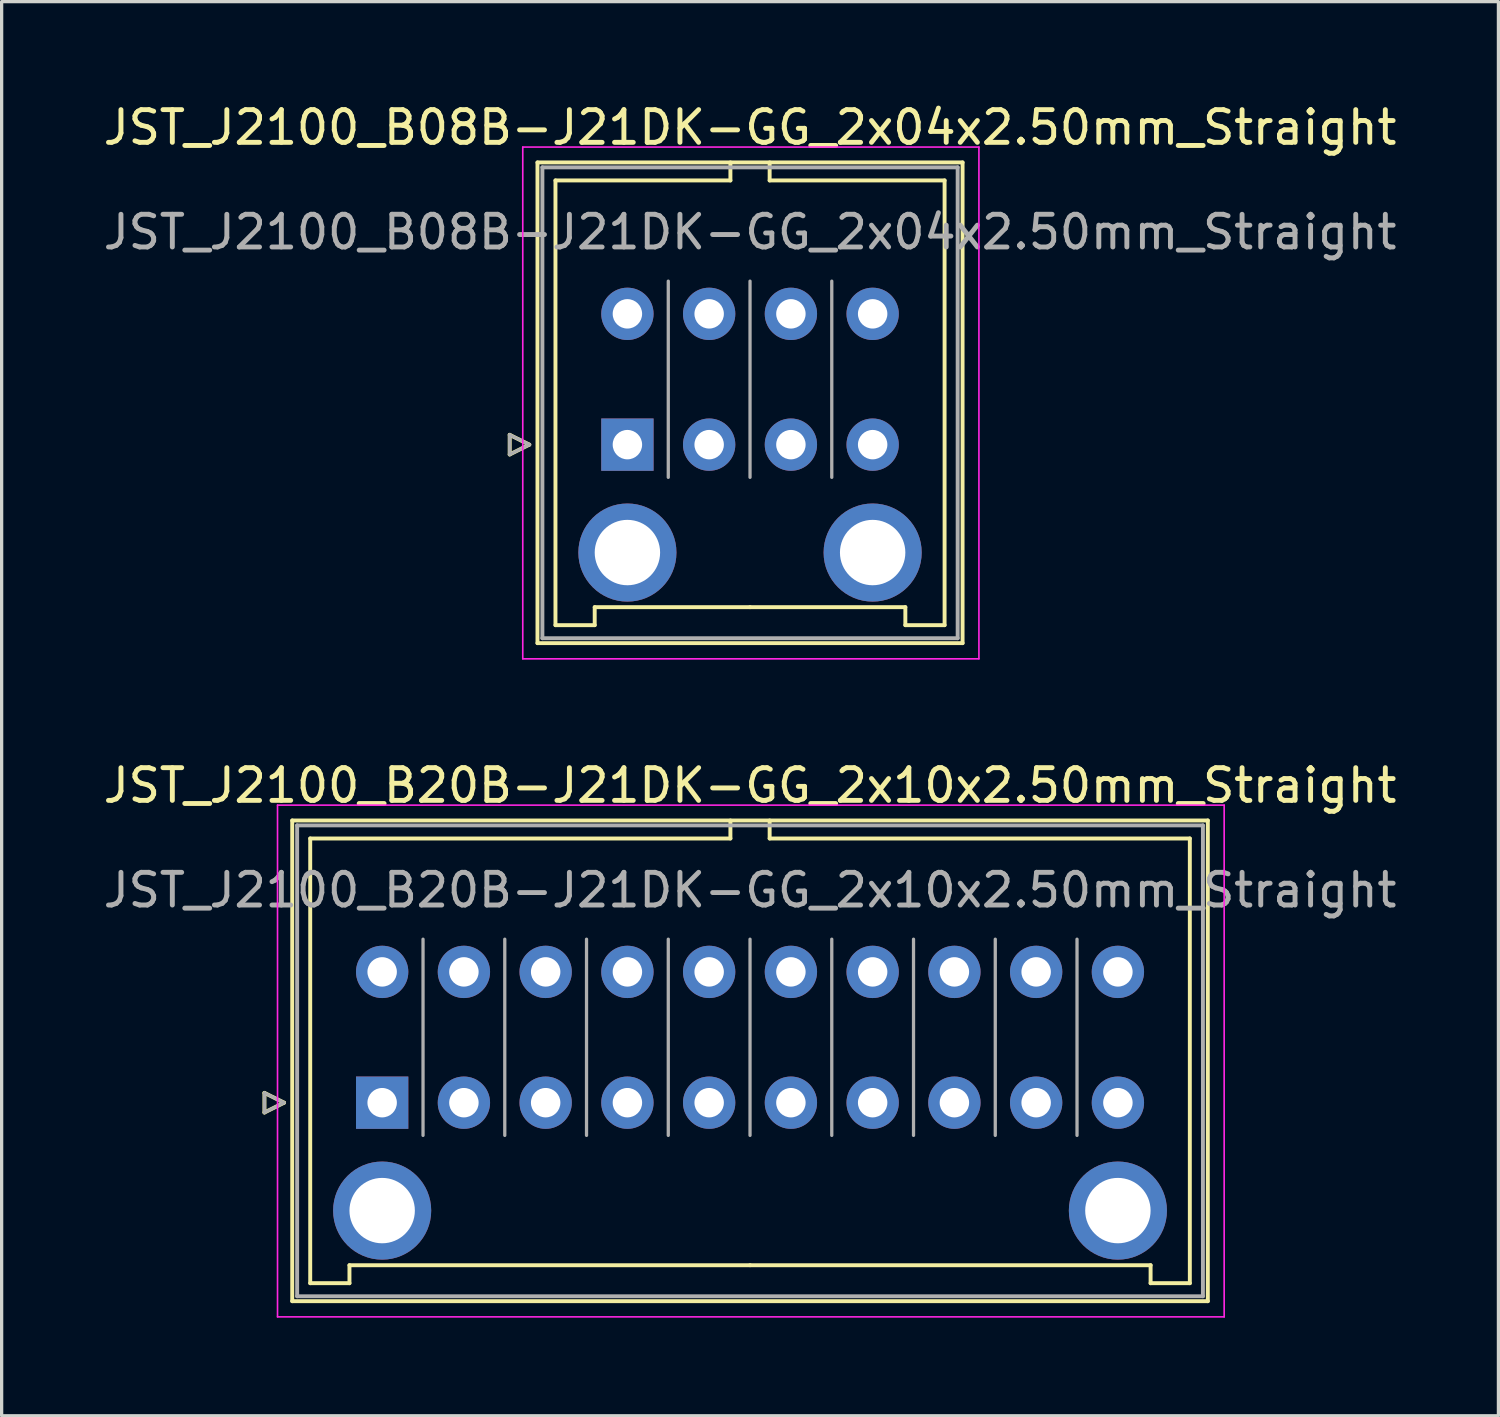
<source format=kicad_pcb>
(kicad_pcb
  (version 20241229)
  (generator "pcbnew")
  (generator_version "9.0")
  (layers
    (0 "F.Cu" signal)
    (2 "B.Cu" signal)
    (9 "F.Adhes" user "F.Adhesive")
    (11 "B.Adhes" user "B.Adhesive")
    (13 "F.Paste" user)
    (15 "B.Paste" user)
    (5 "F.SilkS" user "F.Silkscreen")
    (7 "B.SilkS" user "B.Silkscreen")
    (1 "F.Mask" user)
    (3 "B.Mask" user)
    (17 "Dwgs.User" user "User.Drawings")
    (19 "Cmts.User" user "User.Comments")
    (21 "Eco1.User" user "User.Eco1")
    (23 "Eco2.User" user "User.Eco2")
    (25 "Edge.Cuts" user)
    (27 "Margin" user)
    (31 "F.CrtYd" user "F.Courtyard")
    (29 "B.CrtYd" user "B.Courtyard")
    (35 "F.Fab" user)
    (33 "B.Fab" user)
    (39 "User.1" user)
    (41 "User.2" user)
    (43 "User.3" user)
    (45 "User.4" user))
  (footprint "JST_J2100_B20B-J21DK-GG_2x10x2.50mm_Straight"
    (layer "F.Cu")
    (at 8.637 30.672)
    (property "Reference" "JST_J2100_B20B-J21DK-GG_2x10x2.50mm_Straight" (at 11.25 -9.7 0) (layer "F.SilkS") (effects (font (size 1 1) (thickness 0.15))))
    (attr through_hole)
    (fp_line (start -3.6 -0.3) (end -3 0) (stroke (width 0.12) (type solid)) (layer "F.SilkS"))
    (fp_line (start -3.6 0.3) (end -3.6 -0.3) (stroke (width 0.12) (type solid)) (layer "F.SilkS"))
    (fp_line (start -3 0) (end -3.6 0.3) (stroke (width 0.12) (type solid)) (layer "F.SilkS"))
    (fp_line (start -2.75 -8.63) (end -2.75 6.07) (stroke (width 0.12) (type solid)) (layer "F.SilkS"))
    (fp_line (start -2.75 6.07) (end 25.25 6.07) (stroke (width 0.12) (type solid)) (layer "F.SilkS"))
    (fp_line (start -2.2 -8.08) (end -2.2 5.52) (stroke (width 0.12) (type solid)) (layer "F.SilkS"))
    (fp_line (start -2.2 5.52) (end -1 5.52) (stroke (width 0.12) (type solid)) (layer "F.SilkS"))
    (fp_line (start -1 4.97) (end 11.25 4.97) (stroke (width 0.12) (type solid)) (layer "F.SilkS"))
    (fp_line (start -1 5.52) (end -1 4.97) (stroke (width 0.12) (type solid)) (layer "F.SilkS"))
    (fp_line (start 10.65 -8.63) (end 10.65 -8.08) (stroke (width 0.12) (type solid)) (layer "F.SilkS"))
    (fp_line (start 10.65 -8.08) (end -2.2 -8.08) (stroke (width 0.12) (type solid)) (layer "F.SilkS"))
    (fp_line (start 11.85 -8.63) (end 11.85 -8.08) (stroke (width 0.12) (type solid)) (layer "F.SilkS"))
    (fp_line (start 11.85 -8.08) (end 24.7 -8.08) (stroke (width 0.12) (type solid)) (layer "F.SilkS"))
    (fp_line (start 23.5 4.97) (end 11.25 4.97) (stroke (width 0.12) (type solid)) (layer "F.SilkS"))
    (fp_line (start 23.5 5.52) (end 23.5 4.97) (stroke (width 0.12) (type solid)) (layer "F.SilkS"))
    (fp_line (start 24.7 -8.08) (end 24.7 5.52) (stroke (width 0.12) (type solid)) (layer "F.SilkS"))
    (fp_line (start 24.7 5.52) (end 23.5 5.52) (stroke (width 0.12) (type solid)) (layer "F.SilkS"))
    (fp_line (start 25.25 -8.63) (end -2.75 -8.63) (stroke (width 0.12) (type solid)) (layer "F.SilkS"))
    (fp_line (start 25.25 6.07) (end 25.25 -8.63) (stroke (width 0.12) (type solid)) (layer "F.SilkS"))
    (fp_line (start -3.2 -9.1) (end -3.2 6.55) (stroke (width 0.05) (type solid)) (layer "F.CrtYd"))
    (fp_line (start -3.2 6.55) (end 25.75 6.55) (stroke (width 0.05) (type solid)) (layer "F.CrtYd"))
    (fp_line (start 25.75 -9.1) (end -3.2 -9.1) (stroke (width 0.05) (type solid)) (layer "F.CrtYd"))
    (fp_line (start 25.75 6.55) (end 25.75 -9.1) (stroke (width 0.05) (type solid)) (layer "F.CrtYd"))
    (fp_line (start -3.6 -0.3) (end -3 0) (stroke (width 0.1) (type solid)) (layer "F.Fab"))
    (fp_line (start -3.6 0.3) (end -3.6 -0.3) (stroke (width 0.1) (type solid)) (layer "F.Fab"))
    (fp_line (start -3 0) (end -3.6 0.3) (stroke (width 0.1) (type solid)) (layer "F.Fab"))
    (fp_line (start -2.6 -8.48) (end -2.6 5.92) (stroke (width 0.12) (type solid)) (layer "F.Fab"))
    (fp_line (start -2.6 5.92) (end 25.1 5.92) (stroke (width 0.12) (type solid)) (layer "F.Fab"))
    (fp_line (start 1.25 1) (end 1.25 -5) (stroke (width 0.1) (type solid)) (layer "F.Fab"))
    (fp_line (start 3.75 1) (end 3.75 -5) (stroke (width 0.1) (type solid)) (layer "F.Fab"))
    (fp_line (start 6.25 1) (end 6.25 -5) (stroke (width 0.1) (type solid)) (layer "F.Fab"))
    (fp_line (start 8.75 1) (end 8.75 -5) (stroke (width 0.1) (type solid)) (layer "F.Fab"))
    (fp_line (start 11.25 1) (end 11.25 -5) (stroke (width 0.1) (type solid)) (layer "F.Fab"))
    (fp_line (start 13.75 1) (end 13.75 -5) (stroke (width 0.1) (type solid)) (layer "F.Fab"))
    (fp_line (start 16.25 1) (end 16.25 -5) (stroke (width 0.1) (type solid)) (layer "F.Fab"))
    (fp_line (start 18.75 1) (end 18.75 -5) (stroke (width 0.1) (type solid)) (layer "F.Fab"))
    (fp_line (start 21.25 1) (end 21.25 -5) (stroke (width 0.1) (type solid)) (layer "F.Fab"))
    (fp_line (start 25.1 -8.48) (end -2.6 -8.48) (stroke (width 0.12) (type solid)) (layer "F.Fab"))
    (fp_line (start 25.1 5.92) (end 25.1 -8.48) (stroke (width 0.12) (type solid)) (layer "F.Fab"))
    (fp_text user "${REFERENCE}" (at 11.25 -6.5 0) (layer "F.Fab") (effects (font (size 1 1) (thickness 0.15))))
    (pad "" thru_hole circle (at 0 3.3) (size 3 3) (drill 2) (layers "*.Cu" "*.Mask"))
    (pad "" thru_hole circle (at 22.5 3.3) (size 3 3) (drill 2) (layers "*.Cu" "*.Mask"))
    (pad "1" thru_hole rect (at 0 0) (size 1.6 1.6) (drill 0.9) (layers "*.Cu" "*.Mask"))
    (pad "2" thru_hole circle (at 0 -4) (size 1.6 1.6) (drill 0.9) (layers "*.Cu" "*.Mask"))
    (pad "3" thru_hole circle (at 2.5 0) (size 1.6 1.6) (drill 0.9) (layers "*.Cu" "*.Mask"))
    (pad "4" thru_hole circle (at 2.5 -4) (size 1.6 1.6) (drill 0.9) (layers "*.Cu" "*.Mask"))
    (pad "5" thru_hole circle (at 5 0) (size 1.6 1.6) (drill 0.9) (layers "*.Cu" "*.Mask"))
    (pad "6" thru_hole circle (at 5 -4) (size 1.6 1.6) (drill 0.9) (layers "*.Cu" "*.Mask"))
    (pad "7" thru_hole circle (at 7.5 0) (size 1.6 1.6) (drill 0.9) (layers "*.Cu" "*.Mask"))
    (pad "8" thru_hole circle (at 7.5 -4) (size 1.6 1.6) (drill 0.9) (layers "*.Cu" "*.Mask"))
    (pad "9" thru_hole circle (at 10 0) (size 1.6 1.6) (drill 0.9) (layers "*.Cu" "*.Mask"))
    (pad "10" thru_hole circle (at 10 -4) (size 1.6 1.6) (drill 0.9) (layers "*.Cu" "*.Mask"))
    (pad "11" thru_hole circle (at 12.5 0) (size 1.6 1.6) (drill 0.9) (layers "*.Cu" "*.Mask"))
    (pad "12" thru_hole circle (at 12.5 -4) (size 1.6 1.6) (drill 0.9) (layers "*.Cu" "*.Mask"))
    (pad "13" thru_hole circle (at 15 0) (size 1.6 1.6) (drill 0.9) (layers "*.Cu" "*.Mask"))
    (pad "14" thru_hole circle (at 15 -4) (size 1.6 1.6) (drill 0.9) (layers "*.Cu" "*.Mask"))
    (pad "15" thru_hole circle (at 17.5 0) (size 1.6 1.6) (drill 0.9) (layers "*.Cu" "*.Mask"))
    (pad "16" thru_hole circle (at 17.5 -4) (size 1.6 1.6) (drill 0.9) (layers "*.Cu" "*.Mask"))
    (pad "17" thru_hole circle (at 20 0) (size 1.6 1.6) (drill 0.9) (layers "*.Cu" "*.Mask"))
    (pad "18" thru_hole circle (at 20 -4) (size 1.6 1.6) (drill 0.9) (layers "*.Cu" "*.Mask"))
    (pad "19" thru_hole circle (at 22.5 0) (size 1.6 1.6) (drill 0.9) (layers "*.Cu" "*.Mask"))
    (pad "20" thru_hole circle (at 22.5 -4) (size 1.6 1.6) (drill 0.9) (layers "*.Cu" "*.Mask")))
  (footprint "JST_J2100_B08B-J21DK-GG_2x04x2.50mm_Straight"
    (layer "F.Cu")
    (at 16.137 10.548)
    (property "Reference" "JST_J2100_B08B-J21DK-GG_2x04x2.50mm_Straight" (at 3.75 -9.7 0) (layer "F.SilkS") (effects (font (size 1 1) (thickness 0.15))))
    (attr through_hole)
    (fp_line (start -3.6 -0.3) (end -3 0) (stroke (width 0.12) (type solid)) (layer "F.SilkS"))
    (fp_line (start -3.6 0.3) (end -3.6 -0.3) (stroke (width 0.12) (type solid)) (layer "F.SilkS"))
    (fp_line (start -3 0) (end -3.6 0.3) (stroke (width 0.12) (type solid)) (layer "F.SilkS"))
    (fp_line (start -2.75 -8.63) (end -2.75 6.07) (stroke (width 0.12) (type solid)) (layer "F.SilkS"))
    (fp_line (start -2.75 6.07) (end 10.25 6.07) (stroke (width 0.12) (type solid)) (layer "F.SilkS"))
    (fp_line (start -2.2 -8.08) (end -2.2 5.52) (stroke (width 0.12) (type solid)) (layer "F.SilkS"))
    (fp_line (start -2.2 5.52) (end -1 5.52) (stroke (width 0.12) (type solid)) (layer "F.SilkS"))
    (fp_line (start -1 4.97) (end 3.75 4.97) (stroke (width 0.12) (type solid)) (layer "F.SilkS"))
    (fp_line (start -1 5.52) (end -1 4.97) (stroke (width 0.12) (type solid)) (layer "F.SilkS"))
    (fp_line (start 3.15 -8.63) (end 3.15 -8.08) (stroke (width 0.12) (type solid)) (layer "F.SilkS"))
    (fp_line (start 3.15 -8.08) (end -2.2 -8.08) (stroke (width 0.12) (type solid)) (layer "F.SilkS"))
    (fp_line (start 4.35 -8.63) (end 4.35 -8.08) (stroke (width 0.12) (type solid)) (layer "F.SilkS"))
    (fp_line (start 4.35 -8.08) (end 9.7 -8.08) (stroke (width 0.12) (type solid)) (layer "F.SilkS"))
    (fp_line (start 8.5 4.97) (end 3.75 4.97) (stroke (width 0.12) (type solid)) (layer "F.SilkS"))
    (fp_line (start 8.5 5.52) (end 8.5 4.97) (stroke (width 0.12) (type solid)) (layer "F.SilkS"))
    (fp_line (start 9.7 -8.08) (end 9.7 5.52) (stroke (width 0.12) (type solid)) (layer "F.SilkS"))
    (fp_line (start 9.7 5.52) (end 8.5 5.52) (stroke (width 0.12) (type solid)) (layer "F.SilkS"))
    (fp_line (start 10.25 -8.63) (end -2.75 -8.63) (stroke (width 0.12) (type solid)) (layer "F.SilkS"))
    (fp_line (start 10.25 6.07) (end 10.25 -8.63) (stroke (width 0.12) (type solid)) (layer "F.SilkS"))
    (fp_line (start -3.2 -9.1) (end -3.2 6.55) (stroke (width 0.05) (type solid)) (layer "F.CrtYd"))
    (fp_line (start -3.2 6.55) (end 10.75 6.55) (stroke (width 0.05) (type solid)) (layer "F.CrtYd"))
    (fp_line (start 10.75 -9.1) (end -3.2 -9.1) (stroke (width 0.05) (type solid)) (layer "F.CrtYd"))
    (fp_line (start 10.75 6.55) (end 10.75 -9.1) (stroke (width 0.05) (type solid)) (layer "F.CrtYd"))
    (fp_line (start -3.6 -0.3) (end -3 0) (stroke (width 0.1) (type solid)) (layer "F.Fab"))
    (fp_line (start -3.6 0.3) (end -3.6 -0.3) (stroke (width 0.1) (type solid)) (layer "F.Fab"))
    (fp_line (start -3 0) (end -3.6 0.3) (stroke (width 0.1) (type solid)) (layer "F.Fab"))
    (fp_line (start -2.6 -8.48) (end -2.6 5.92) (stroke (width 0.12) (type solid)) (layer "F.Fab"))
    (fp_line (start -2.6 5.92) (end 10.1 5.92) (stroke (width 0.12) (type solid)) (layer "F.Fab"))
    (fp_line (start 1.25 1) (end 1.25 -5) (stroke (width 0.1) (type solid)) (layer "F.Fab"))
    (fp_line (start 3.75 1) (end 3.75 -5) (stroke (width 0.1) (type solid)) (layer "F.Fab"))
    (fp_line (start 6.25 1) (end 6.25 -5) (stroke (width 0.1) (type solid)) (layer "F.Fab"))
    (fp_line (start 10.1 -8.48) (end -2.6 -8.48) (stroke (width 0.12) (type solid)) (layer "F.Fab"))
    (fp_line (start 10.1 5.92) (end 10.1 -8.48) (stroke (width 0.12) (type solid)) (layer "F.Fab"))
    (fp_text user "${REFERENCE}" (at 3.75 -6.5 0) (layer "F.Fab") (effects (font (size 1 1) (thickness 0.15))))
    (pad "" thru_hole circle (at 0 3.3) (size 3 3) (drill 2) (layers "*.Cu" "*.Mask"))
    (pad "" thru_hole circle (at 7.5 3.3) (size 3 3) (drill 2) (layers "*.Cu" "*.Mask"))
    (pad "1" thru_hole rect (at 0 0) (size 1.6 1.6) (drill 0.9) (layers "*.Cu" "*.Mask"))
    (pad "2" thru_hole circle (at 0 -4) (size 1.6 1.6) (drill 0.9) (layers "*.Cu" "*.Mask"))
    (pad "3" thru_hole circle (at 2.5 0) (size 1.6 1.6) (drill 0.9) (layers "*.Cu" "*.Mask"))
    (pad "4" thru_hole circle (at 2.5 -4) (size 1.6 1.6) (drill 0.9) (layers "*.Cu" "*.Mask"))
    (pad "5" thru_hole circle (at 5 0) (size 1.6 1.6) (drill 0.9) (layers "*.Cu" "*.Mask"))
    (pad "6" thru_hole circle (at 5 -4) (size 1.6 1.6) (drill 0.9) (layers "*.Cu" "*.Mask"))
    (pad "7" thru_hole circle (at 7.5 0) (size 1.6 1.6) (drill 0.9) (layers "*.Cu" "*.Mask"))
    (pad "8" thru_hole circle (at 7.5 -4) (size 1.6 1.6) (drill 0.9) (layers "*.Cu" "*.Mask")))
  (gr_rect
    (start -3 -3)
    (end 42.774 40.246)
    (stroke (width 0.1) (type default))
    (fill no)
    (layer "Edge.Cuts")))
</source>
